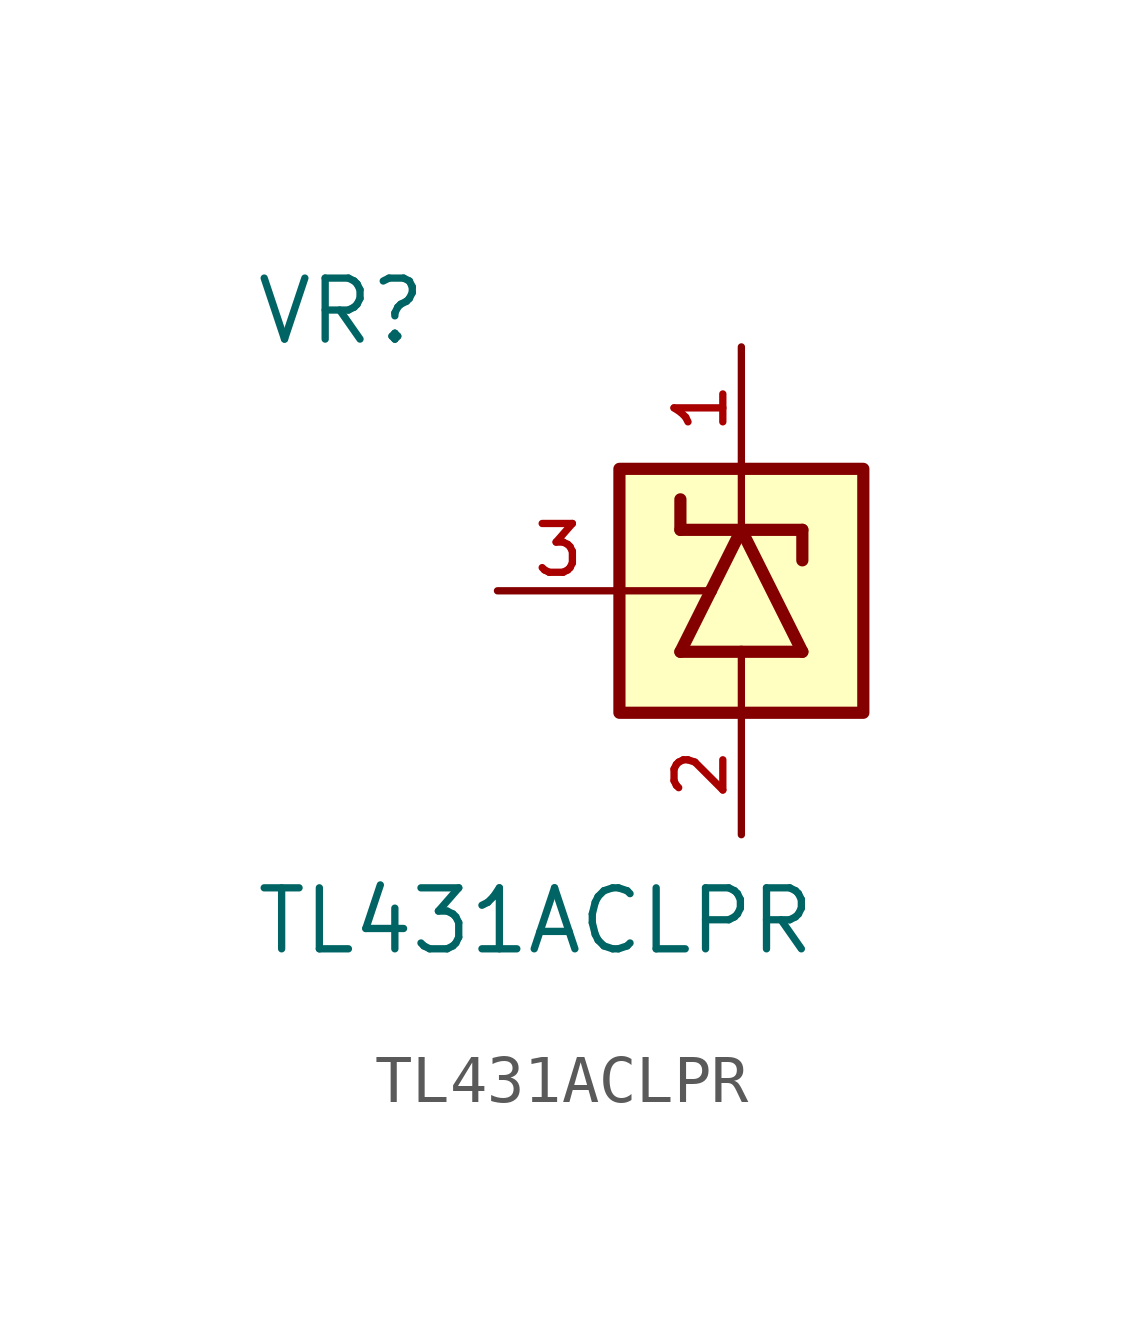
<source format=kicad_sym>
(kicad_symbol_lib
  (version 20211014)
  (generator kicad_symbol_editor)
  (symbol "TL431ACLPR"
    (pin_names
      (offset 1.016))
    (property "Reference" "VR"
      (at -10.16 5.08 0)
      (effects (font (size 1.27 1.27)) (justify bottom left)))
    (property "Value" "TL431ACLPR"
      (at -10.16 -7.62 0)
      (effects (font (size 1.27 1.27)) (justify bottom left)))
    (symbol "TL431ACLPR_0_0"
      (polyline (pts (xy 1.27 -1.27) (xy 0.0 1.27)) (stroke (width 0.254)))
      (polyline (pts (xy 0.0 1.27) (xy -0.635 0.0)) (stroke (width 0.254)))
      (polyline (pts (xy -0.635 0.0) (xy -1.27 -1.27)) (stroke (width 0.254)))
      (polyline (pts (xy -1.27 1.905) (xy -1.27 1.27)) (stroke (width 0.254)))
      (polyline (pts (xy -1.27 1.27) (xy 0.0 1.27)) (stroke (width 0.254)))
      (polyline (pts (xy -1.27 -1.27) (xy 0.0 -1.27)) (stroke (width 0.254)))
      (polyline (pts (xy 0.0 -1.27) (xy 1.27 -1.27)) (stroke (width 0.254)))
      (polyline (pts (xy 0.0 1.27) (xy 1.27 1.27)) (stroke (width 0.254)))
      (polyline (pts (xy 1.27 1.27) (xy 1.27 0.635)) (stroke (width 0.254)))
      (polyline (pts (xy 0.0 -2.54) (xy 0.0 -1.27)) (stroke (width 0.152)))
      (polyline (pts (xy 0.0 2.54) (xy 0.0 1.27)) (stroke (width 0.152)))
      (polyline (pts (xy -2.54 0.0) (xy -0.635 0.0)) (stroke (width 0.152)))
      (rectangle (start -2.54 -2.54) (end 2.54 2.54) (stroke (width 0.254)) (fill (type background)))
      (pin passive line (at 0.0 5.08 270.0) (length 2.54) (name "~" (effects (font (size 1.016 1.016)))) (number "1" (effects (font (size 1.016 1.016)))))
      (pin passive line (at 0.0 -5.08 90.0) (length 2.54) (name "~" (effects (font (size 1.016 1.016)))) (number "2" (effects (font (size 1.016 1.016)))))
      (pin passive line (at -5.08 0.0 0) (length 2.54) (name "~" (effects (font (size 1.016 1.016)))) (number "3" (effects (font (size 1.016 1.016))))))))
</source>
